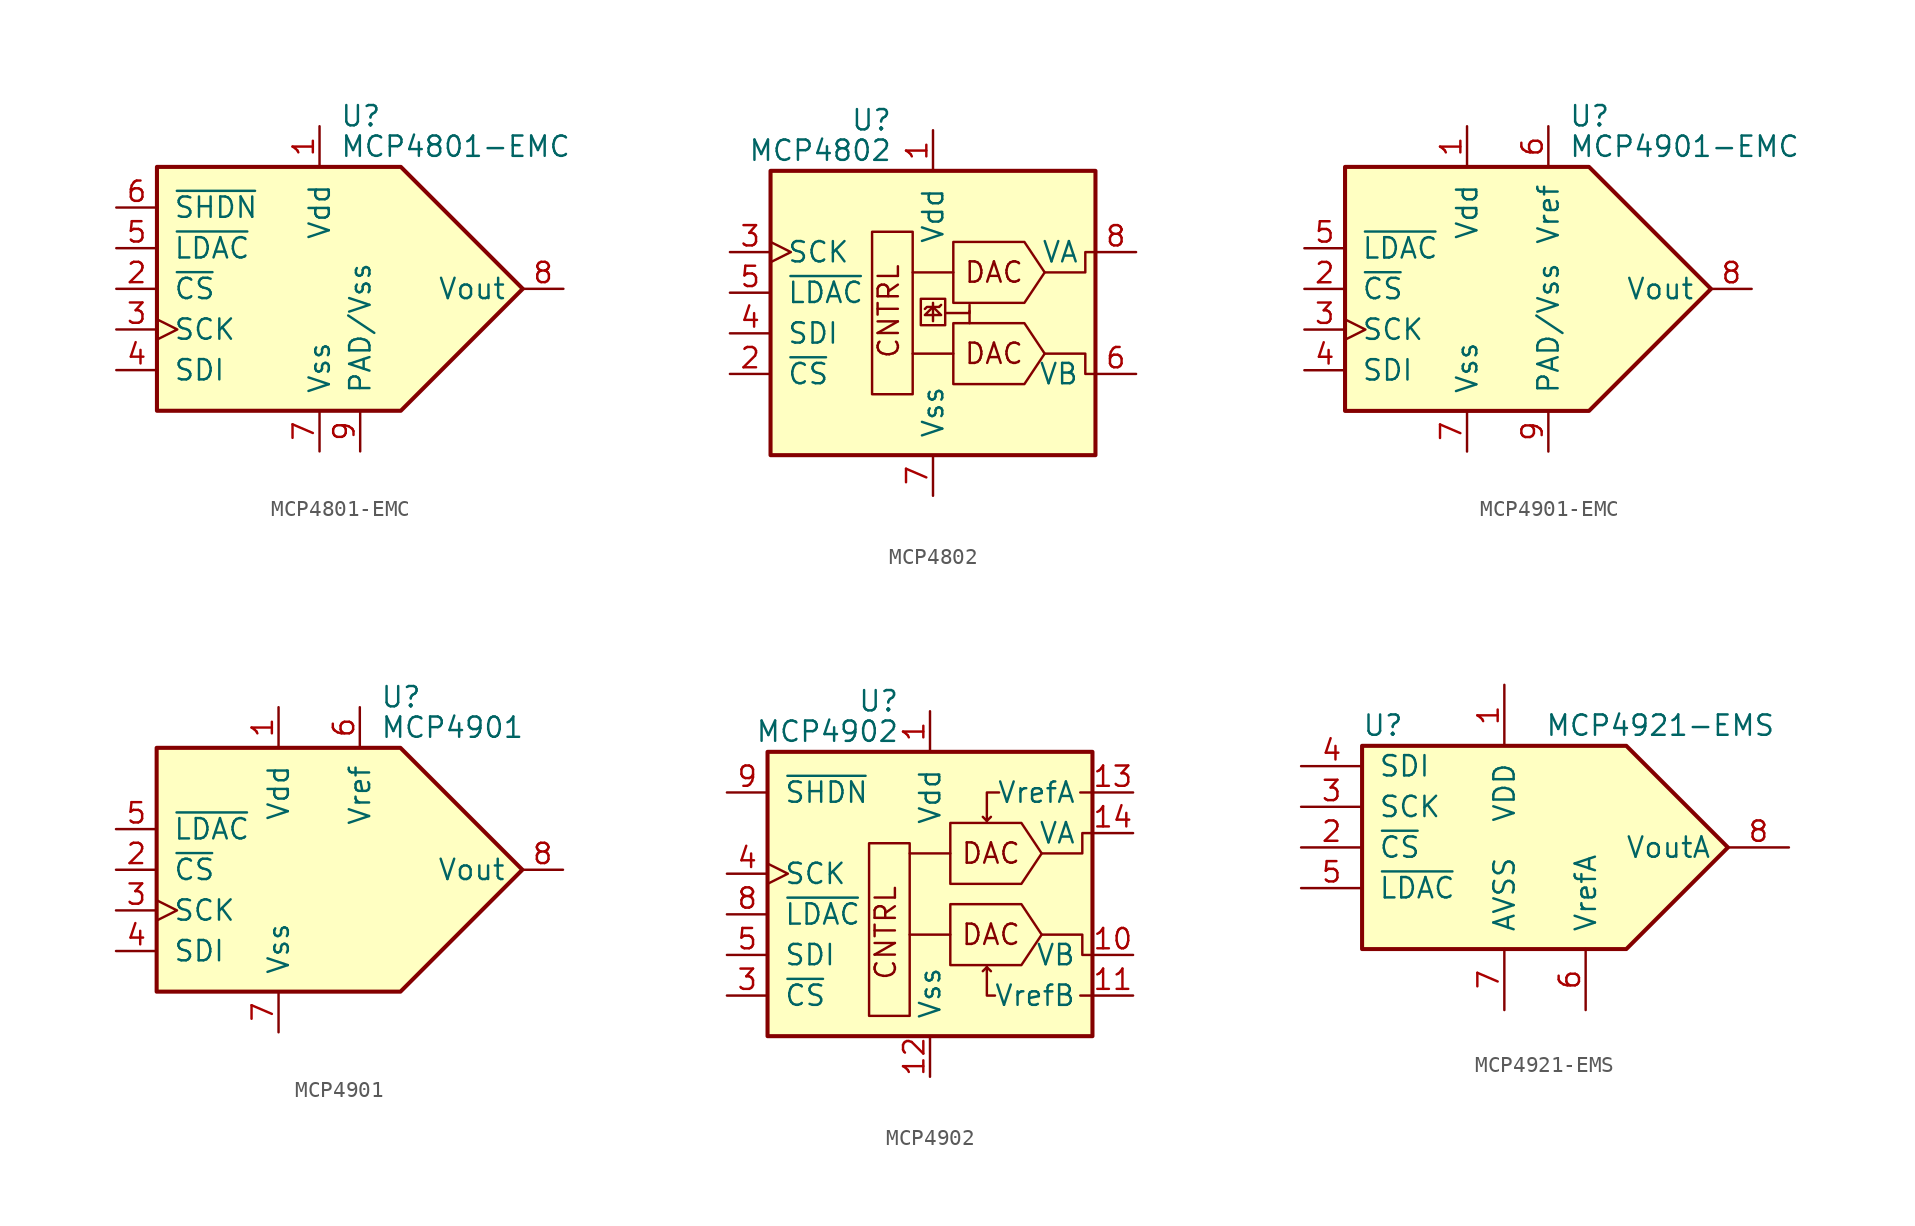
<source format=kicad_sym>
(kicad_symbol_lib
  (version 20201005)
  (generator kicad_symbol_editor)
  (symbol "Analog_DAC:MCP4801-EMC"
    (pin_names
      (offset 1.016))
    (property "Reference" "U"
      (at 1.27 10.795 0)
      (effects (font (size 1.27 1.27)) (justify left)))
    (property "Value" "MCP4801-EMC"
      (at 1.27 8.89 0)
      (effects (font (size 1.27 1.27)) (justify left)))
    (symbol "MCP4801-EMC_0_0"
      (polyline (pts (xy 12.7 0) (xy 5.08 7.62) (xy -10.16 7.62) (xy -10.16 -7.62) (xy 5.08 -7.62) (xy 12.7 0)) (stroke (width 0.254)) (fill (type background))))
    (symbol "MCP4801-EMC_1_1"
      (pin power_in line (at 0 10.16 270) (length 2.54) (name "Vdd" (effects (font (size 1.27 1.27)))) (number "1" (effects (font (size 1.27 1.27)))))
      (pin input line (at -12.7 0 0) (length 2.54) (name "~CS" (effects (font (size 1.27 1.27)))) (number "2" (effects (font (size 1.27 1.27)))))
      (pin input clock (at -12.7 -2.54 0) (length 2.54) (name "SCK" (effects (font (size 1.27 1.27)))) (number "3" (effects (font (size 1.27 1.27)))))
      (pin input line (at -12.7 -5.08 0) (length 2.54) (name "SDI" (effects (font (size 1.27 1.27)))) (number "4" (effects (font (size 1.27 1.27)))))
      (pin input line (at -12.7 2.54 0) (length 2.54) (name "~LDAC" (effects (font (size 1.27 1.27)))) (number "5" (effects (font (size 1.27 1.27)))))
      (pin input line (at -12.7 5.08 0) (length 2.54) (name "~SHDN" (effects (font (size 1.27 1.27)))) (number "6" (effects (font (size 1.27 1.27)))))
      (pin power_in line (at 0 -10.16 90) (length 2.54) (name "Vss" (effects (font (size 1.27 1.27)))) (number "7" (effects (font (size 1.27 1.27)))))
      (pin output line (at 15.24 0 180) (length 2.54) (name "Vout" (effects (font (size 1.27 1.27)))) (number "8" (effects (font (size 1.27 1.27)))))
      (pin power_in line (at 2.54 -10.16 90) (length 2.54) (name "PAD/Vss" (effects (font (size 1.27 1.27)))) (number "9" (effects (font (size 1.27 1.27)))))))
  (symbol "Analog_DAC:MCP4802"
    (pin_names
      (offset 1.016))
    (property "Reference" "U"
      (at -2.54 10.795 0)
      (effects (font (size 1.27 1.27)) (justify right)))
    (property "Value" "MCP4802"
      (at -2.54 8.89 0)
      (effects (font (size 1.27 1.27)) (justify right)))
    (symbol "MCP4802_0_0"
      (text "CNTRL" (at -2.032 -4.191 900) (effects (font (size 1.27 1.27)) (justify left bottom)))
      (text "DAC" (at 3.81 -3.81 0) (effects (font (size 1.27 1.27))))
      (text "DAC" (at 3.81 1.27 0) (effects (font (size 1.27 1.27))))
      (rectangle (start 0.762 -0.381) (end -0.762 -2.032) (stroke (width 0)) (fill (type none)))
      (polyline (pts (xy 0 -1.778) (xy 0 -0.635)) (stroke (width 0)) (fill (type none)))
      (polyline (pts (xy 0.381 -0.889) (xy 0.508 -0.762)) (stroke (width 0)) (fill (type none)))
      (polyline (pts (xy 2.286 -1.143) (xy 2.286 -1.905)) (stroke (width 0)) (fill (type none)))
      (polyline (pts (xy 0.381 -0.889) (xy -0.381 -0.889) (xy -0.508 -1.016)) (stroke (width 0)) (fill (type none)))
      (polyline (pts (xy 0.762 -1.27) (xy 2.286 -1.27) (xy 2.286 -0.762)) (stroke (width 0)) (fill (type none)))
      (polyline (pts (xy 0 -0.889) (xy 0.508 -1.397) (xy -0.508 -1.397) (xy 0 -0.889)) (stroke (width 0)) (fill (type none)))
      (polyline (pts (xy 6.985 -3.81) (xy 9.525 -3.81) (xy 9.525 -5.08) (xy 10.16 -5.08)) (stroke (width 0)) (fill (type none)))
      (polyline (pts (xy 6.985 1.27) (xy 9.525 1.27) (xy 9.525 2.54) (xy 10.16 2.54)) (stroke (width 0)) (fill (type none))))
    (symbol "MCP4802_0_1"
      (rectangle (start -10.16 7.62) (end 10.16 -10.16) (stroke (width 0.254)) (fill (type background)))
      (rectangle (start -1.27 -6.35) (end -3.81 3.81) (stroke (width 0)) (fill (type none)))
      (polyline (pts (xy 1.27 -3.81) (xy -1.27 -3.81)) (stroke (width 0)) (fill (type none)))
      (polyline (pts (xy 1.27 1.27) (xy -1.27 1.27)) (stroke (width 0)) (fill (type none)))
      (polyline (pts (xy 6.985 -3.81) (xy 5.715 -1.905) (xy 1.27 -1.905) (xy 1.27 -5.715) (xy 5.715 -5.715) (xy 6.985 -3.81)) (stroke (width 0)) (fill (type none)))
      (polyline (pts (xy 6.985 1.27) (xy 5.715 3.175) (xy 1.27 3.175) (xy 1.27 -0.635) (xy 5.715 -0.635) (xy 6.985 1.27)) (stroke (width 0)) (fill (type none))))
    (symbol "MCP4802_1_1"
      (pin power_in line (at 0 10.16 270) (length 2.54) (name "Vdd" (effects (font (size 1.27 1.27)))) (number "1" (effects (font (size 1.27 1.27)))))
      (pin input line (at -12.7 -5.08 0) (length 2.54) (name "~CS" (effects (font (size 1.27 1.27)))) (number "2" (effects (font (size 1.27 1.27)))))
      (pin input clock (at -12.7 2.54 0) (length 2.54) (name "SCK" (effects (font (size 1.27 1.27)))) (number "3" (effects (font (size 1.27 1.27)))))
      (pin input line (at -12.7 -2.54 0) (length 2.54) (name "SDI" (effects (font (size 1.27 1.27)))) (number "4" (effects (font (size 1.27 1.27)))))
      (pin input line (at -12.7 0 0) (length 2.54) (name "~LDAC" (effects (font (size 1.27 1.27)))) (number "5" (effects (font (size 1.27 1.27)))))
      (pin output line (at 12.7 -5.08 180) (length 2.54) (name "VB" (effects (font (size 1.27 1.27)))) (number "6" (effects (font (size 1.27 1.27)))))
      (pin power_in line (at 0 -12.7 90) (length 2.54) (name "Vss" (effects (font (size 1.27 1.27)))) (number "7" (effects (font (size 1.27 1.27)))))
      (pin output line (at 12.7 2.54 180) (length 2.54) (name "VA" (effects (font (size 1.27 1.27)))) (number "8" (effects (font (size 1.27 1.27)))))))
  (symbol "Analog_DAC:MCP4901-EMC"
    (pin_names
      (offset 1.016))
    (property "Reference" "U"
      (at 6.35 10.795 0)
      (effects (font (size 1.27 1.27)) (justify left)))
    (property "Value" "MCP4901-EMC"
      (at 6.35 8.89 0)
      (effects (font (size 1.27 1.27)) (justify left)))
    (symbol "MCP4901-EMC_0_0"
      (polyline (pts (xy 15.24 0) (xy 7.62 7.62) (xy -7.62 7.62) (xy -7.62 -7.62) (xy 7.62 -7.62) (xy 15.24 0)) (stroke (width 0.254)) (fill (type background))))
    (symbol "MCP4901-EMC_1_1"
      (pin power_in line (at 0 10.16 270) (length 2.54) (name "Vdd" (effects (font (size 1.27 1.27)))) (number "1" (effects (font (size 1.27 1.27)))))
      (pin input line (at -10.16 0 0) (length 2.54) (name "~CS" (effects (font (size 1.27 1.27)))) (number "2" (effects (font (size 1.27 1.27)))))
      (pin input clock (at -10.16 -2.54 0) (length 2.54) (name "SCK" (effects (font (size 1.27 1.27)))) (number "3" (effects (font (size 1.27 1.27)))))
      (pin input line (at -10.16 -5.08 0) (length 2.54) (name "SDI" (effects (font (size 1.27 1.27)))) (number "4" (effects (font (size 1.27 1.27)))))
      (pin input line (at -10.16 2.54 0) (length 2.54) (name "~LDAC" (effects (font (size 1.27 1.27)))) (number "5" (effects (font (size 1.27 1.27)))))
      (pin power_in line (at 5.08 10.16 270) (length 2.54) (name "Vref" (effects (font (size 1.27 1.27)))) (number "6" (effects (font (size 1.27 1.27)))))
      (pin power_in line (at 0 -10.16 90) (length 2.54) (name "Vss" (effects (font (size 1.27 1.27)))) (number "7" (effects (font (size 1.27 1.27)))))
      (pin output line (at 17.78 0 180) (length 2.54) (name "Vout" (effects (font (size 1.27 1.27)))) (number "8" (effects (font (size 1.27 1.27)))))
      (pin power_in line (at 5.08 -10.16 90) (length 2.54) (name "PAD/Vss" (effects (font (size 1.27 1.27)))) (number "9" (effects (font (size 1.27 1.27)))))))
  (symbol "Analog_DAC:MCP4901"
    (pin_names
      (offset 1.016))
    (property "Reference" "U"
      (at 6.35 10.795 0)
      (effects (font (size 1.27 1.27)) (justify left)))
    (property "Value" "MCP4901"
      (at 6.35 8.89 0)
      (effects (font (size 1.27 1.27)) (justify left)))
    (symbol "MCP4901_0_0"
      (polyline (pts (xy 15.24 0) (xy 7.62 7.62) (xy -7.62 7.62) (xy -7.62 -7.62) (xy 7.62 -7.62) (xy 15.24 0)) (stroke (width 0.254)) (fill (type background))))
    (symbol "MCP4901_1_1"
      (pin power_in line (at 0 10.16 270) (length 2.54) (name "Vdd" (effects (font (size 1.27 1.27)))) (number "1" (effects (font (size 1.27 1.27)))))
      (pin input line (at -10.16 0 0) (length 2.54) (name "~CS" (effects (font (size 1.27 1.27)))) (number "2" (effects (font (size 1.27 1.27)))))
      (pin input clock (at -10.16 -2.54 0) (length 2.54) (name "SCK" (effects (font (size 1.27 1.27)))) (number "3" (effects (font (size 1.27 1.27)))))
      (pin input line (at -10.16 -5.08 0) (length 2.54) (name "SDI" (effects (font (size 1.27 1.27)))) (number "4" (effects (font (size 1.27 1.27)))))
      (pin input line (at -10.16 2.54 0) (length 2.54) (name "~LDAC" (effects (font (size 1.27 1.27)))) (number "5" (effects (font (size 1.27 1.27)))))
      (pin power_in line (at 5.08 10.16 270) (length 2.54) (name "Vref" (effects (font (size 1.27 1.27)))) (number "6" (effects (font (size 1.27 1.27)))))
      (pin power_in line (at 0 -10.16 90) (length 2.54) (name "Vss" (effects (font (size 1.27 1.27)))) (number "7" (effects (font (size 1.27 1.27)))))
      (pin output line (at 17.78 0 180) (length 2.54) (name "Vout" (effects (font (size 1.27 1.27)))) (number "8" (effects (font (size 1.27 1.27)))))))
  (symbol "Analog_DAC:MCP4902"
    (pin_names
      (offset 1.016))
    (property "Reference" "U"
      (at -1.905 10.795 0)
      (effects (font (size 1.27 1.27)) (justify right)))
    (property "Value" "MCP4902"
      (at -1.905 8.89 0)
      (effects (font (size 1.27 1.27)) (justify right)))
    (symbol "MCP4902_0_0"
      (text "CNTRL" (at -2.032 -6.731 900) (effects (font (size 1.27 1.27)) (justify left bottom)))
      (text "DAC" (at 3.81 -3.81 0) (effects (font (size 1.27 1.27))))
      (text "DAC" (at 3.81 1.27 0) (effects (font (size 1.27 1.27))))
      (polyline (pts (xy 3.556 -5.842) (xy 3.302 -6.096)) (stroke (width 0)) (fill (type none)))
      (polyline (pts (xy 3.556 -5.842) (xy 3.81 -6.096)) (stroke (width 0)) (fill (type none)))
      (polyline (pts (xy 3.556 3.302) (xy 3.302 3.556)) (stroke (width 0)) (fill (type none)))
      (polyline (pts (xy 3.556 3.302) (xy 3.81 3.556)) (stroke (width 0)) (fill (type none)))
      (polyline (pts (xy 10.16 -7.62) (xy 9.398 -7.62)) (stroke (width 0)) (fill (type none)))
      (polyline (pts (xy 10.16 5.08) (xy 9.398 5.08)) (stroke (width 0)) (fill (type none)))
      (polyline (pts (xy 4.064 -7.62) (xy 3.556 -7.62) (xy 3.556 -5.842)) (stroke (width 0)) (fill (type none)))
      (polyline (pts (xy 4.318 5.08) (xy 3.556 5.08) (xy 3.556 3.302)) (stroke (width 0)) (fill (type none)))
      (polyline (pts (xy 6.985 -3.81) (xy 9.525 -3.81) (xy 9.525 -5.08) (xy 10.16 -5.08)) (stroke (width 0)) (fill (type none)))
      (polyline (pts (xy 6.985 1.27) (xy 9.525 1.27) (xy 9.525 2.54) (xy 10.16 2.54)) (stroke (width 0)) (fill (type none))))
    (symbol "MCP4902_0_1"
      (rectangle (start -10.16 7.62) (end 10.16 -10.16) (stroke (width 0.254)) (fill (type background)))
      (rectangle (start -1.27 -8.89) (end -3.81 1.905) (stroke (width 0)) (fill (type none)))
      (polyline (pts (xy 1.27 -3.81) (xy -1.27 -3.81)) (stroke (width 0)) (fill (type none)))
      (polyline (pts (xy 1.27 1.27) (xy -1.27 1.27)) (stroke (width 0)) (fill (type none)))
      (polyline (pts (xy 6.985 -3.81) (xy 5.715 -1.905) (xy 1.27 -1.905) (xy 1.27 -5.715) (xy 5.715 -5.715) (xy 6.985 -3.81)) (stroke (width 0)) (fill (type none)))
      (polyline (pts (xy 6.985 1.27) (xy 5.715 3.175) (xy 1.27 3.175) (xy 1.27 -0.635) (xy 5.715 -0.635) (xy 6.985 1.27)) (stroke (width 0)) (fill (type none))))
    (symbol "MCP4902_1_1"
      (pin power_in line (at 0 10.16 270) (length 2.54) (name "Vdd" (effects (font (size 1.27 1.27)))) (number "1" (effects (font (size 1.27 1.27)))))
      (pin output line (at 12.7 -5.08 180) (length 2.54) (name "VB" (effects (font (size 1.27 1.27)))) (number "10" (effects (font (size 1.27 1.27)))))
      (pin input line (at 12.7 -7.62 180) (length 2.54) (name "VrefB" (effects (font (size 1.27 1.27)))) (number "11" (effects (font (size 1.27 1.27)))))
      (pin power_in line (at 0 -12.7 90) (length 2.54) (name "Vss" (effects (font (size 1.27 1.27)))) (number "12" (effects (font (size 1.27 1.27)))))
      (pin input line (at 12.7 5.08 180) (length 2.54) (name "VrefA" (effects (font (size 1.27 1.27)))) (number "13" (effects (font (size 1.27 1.27)))))
      (pin output line (at 12.7 2.54 180) (length 2.54) (name "VA" (effects (font (size 1.27 1.27)))) (number "14" (effects (font (size 1.27 1.27)))))
      (pin no_connect line (at -7.62 -12.7 90) (length 2.54) hide (name "NC" (effects (font (size 1.27 1.27)))) (number "2" (effects (font (size 1.27 1.27)))))
      (pin input line (at -12.7 -7.62 0) (length 2.54) (name "~CS" (effects (font (size 1.27 1.27)))) (number "3" (effects (font (size 1.27 1.27)))))
      (pin input clock (at -12.7 0 0) (length 2.54) (name "SCK" (effects (font (size 1.27 1.27)))) (number "4" (effects (font (size 1.27 1.27)))))
      (pin input line (at -12.7 -5.08 0) (length 2.54) (name "SDI" (effects (font (size 1.27 1.27)))) (number "5" (effects (font (size 1.27 1.27)))))
      (pin no_connect line (at -5.08 -12.7 90) (length 2.54) hide (name "NC" (effects (font (size 1.27 1.27)))) (number "6" (effects (font (size 1.27 1.27)))))
      (pin no_connect line (at -2.54 -12.7 90) (length 2.54) hide (name "NC" (effects (font (size 1.27 1.27)))) (number "7" (effects (font (size 1.27 1.27)))))
      (pin input line (at -12.7 -2.54 0) (length 2.54) (name "~LDAC" (effects (font (size 1.27 1.27)))) (number "8" (effects (font (size 1.27 1.27)))))
      (pin output line (at -12.7 5.08 0) (length 2.54) (name "~SHDN" (effects (font (size 1.27 1.27)))) (number "9" (effects (font (size 1.27 1.27)))))))
  (symbol "Analog_DAC:MCP4921-EMS"
    (pin_names
      (offset 1.016))
    (property "Reference" "U"
      (at -11.43 7.62 0)
      (effects (font (size 1.27 1.27)) (justify left)))
    (property "Value" "MCP4921-EMS"
      (at 0 7.62 0)
      (effects (font (size 1.27 1.27)) (justify left)))
    (symbol "MCP4921-EMS_0_1"
      (polyline (pts (xy -11.43 6.35) (xy 5.08 6.35) (xy 11.43 0) (xy 5.08 -6.35) (xy -11.43 -6.35) (xy -11.43 6.35)) (stroke (width 0.254)) (fill (type background))))
    (symbol "MCP4921-EMS_1_1"
      (pin power_in line (at -2.54 10.16 270) (length 3.81) (name "VDD" (effects (font (size 1.27 1.27)))) (number "1" (effects (font (size 1.27 1.27)))))
      (pin input line (at -15.24 0 0) (length 3.81) (name "~CS~" (effects (font (size 1.27 1.27)))) (number "2" (effects (font (size 1.27 1.27)))))
      (pin input line (at -15.24 2.54 0) (length 3.81) (name "SCK" (effects (font (size 1.27 1.27)))) (number "3" (effects (font (size 1.27 1.27)))))
      (pin input line (at -15.24 5.08 0) (length 3.81) (name "SDI" (effects (font (size 1.27 1.27)))) (number "4" (effects (font (size 1.27 1.27)))))
      (pin input line (at -15.24 -2.54 0) (length 3.81) (name "~LDAC~" (effects (font (size 1.27 1.27)))) (number "5" (effects (font (size 1.27 1.27)))))
      (pin passive line (at 2.54 -10.16 90) (length 3.81) (name "VrefA" (effects (font (size 1.27 1.27)))) (number "6" (effects (font (size 1.27 1.27)))))
      (pin power_in line (at -2.54 -10.16 90) (length 3.81) (name "AVSS" (effects (font (size 1.27 1.27)))) (number "7" (effects (font (size 1.27 1.27)))))
      (pin passive line (at 15.24 0 180) (length 3.81) (name "VoutA" (effects (font (size 1.27 1.27)))) (number "8" (effects (font (size 1.27 1.27))))))))
</source>
